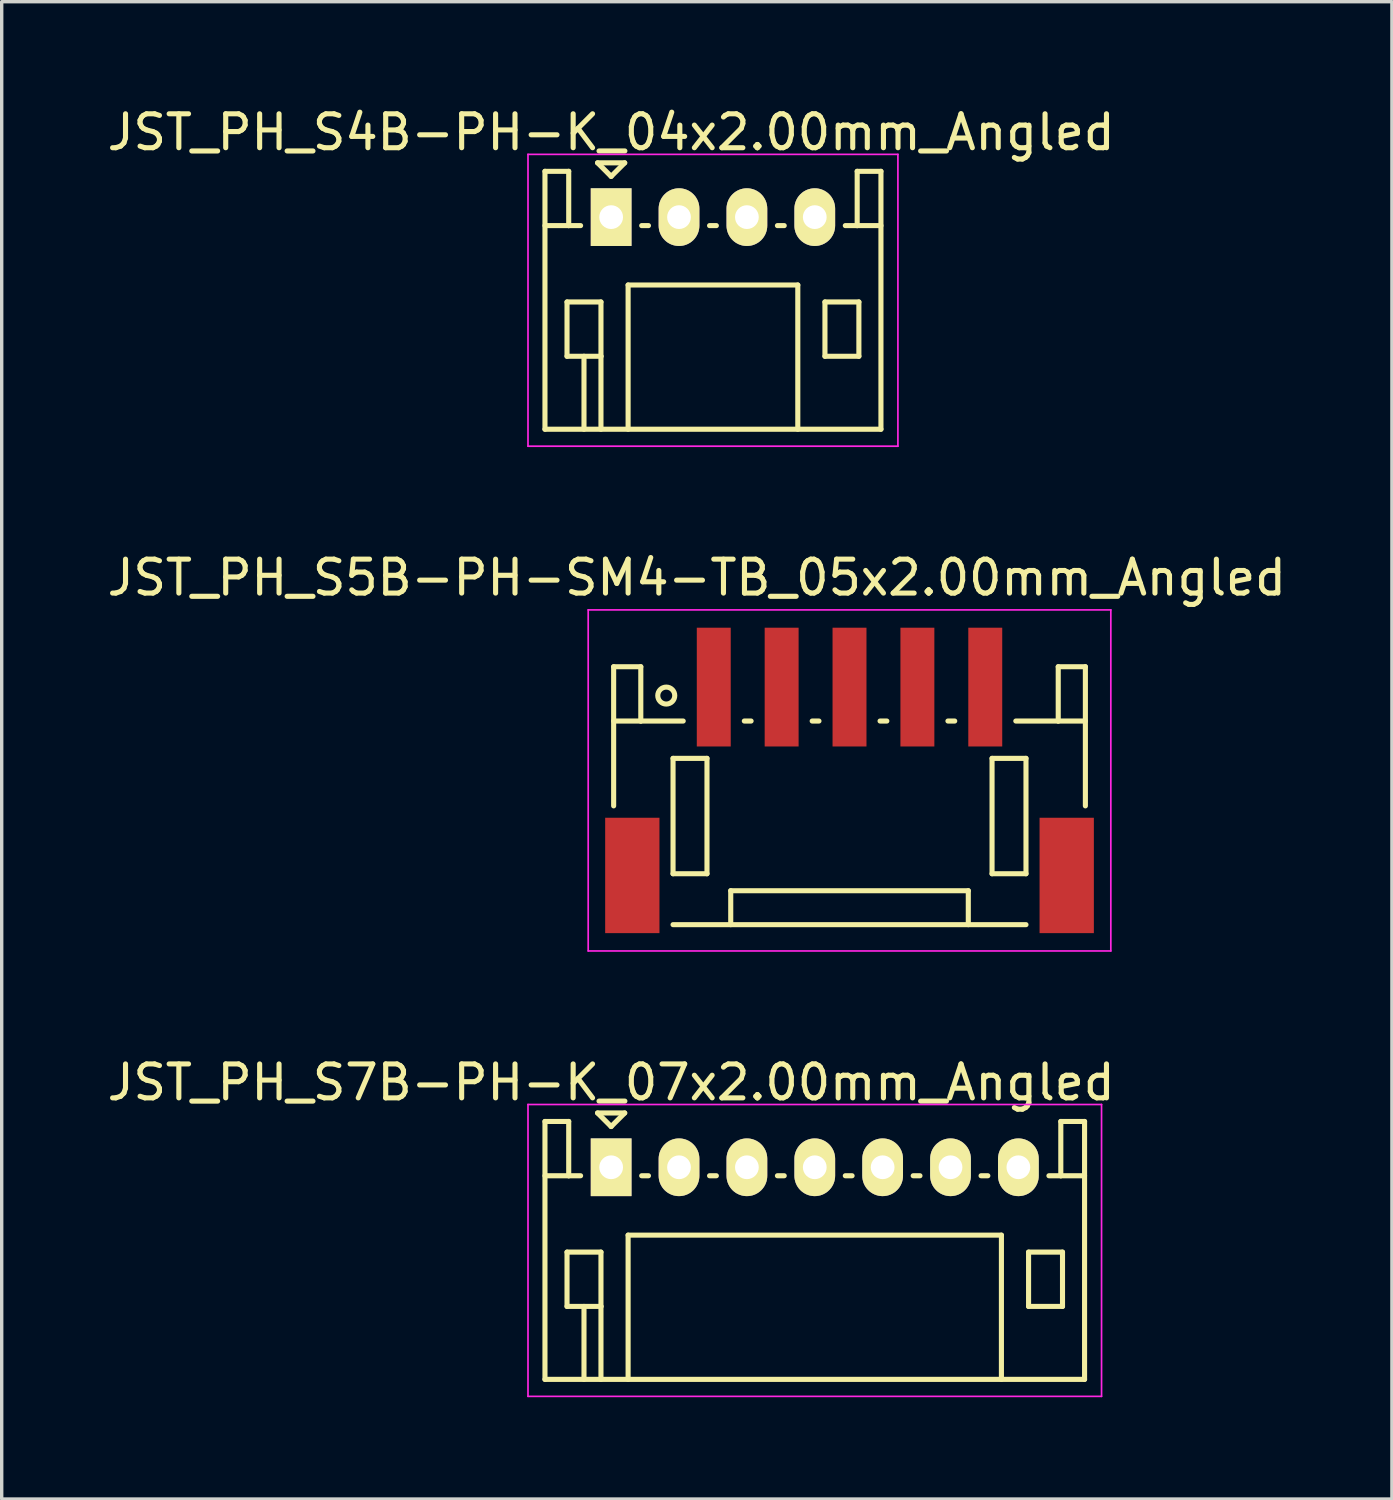
<source format=kicad_pcb>
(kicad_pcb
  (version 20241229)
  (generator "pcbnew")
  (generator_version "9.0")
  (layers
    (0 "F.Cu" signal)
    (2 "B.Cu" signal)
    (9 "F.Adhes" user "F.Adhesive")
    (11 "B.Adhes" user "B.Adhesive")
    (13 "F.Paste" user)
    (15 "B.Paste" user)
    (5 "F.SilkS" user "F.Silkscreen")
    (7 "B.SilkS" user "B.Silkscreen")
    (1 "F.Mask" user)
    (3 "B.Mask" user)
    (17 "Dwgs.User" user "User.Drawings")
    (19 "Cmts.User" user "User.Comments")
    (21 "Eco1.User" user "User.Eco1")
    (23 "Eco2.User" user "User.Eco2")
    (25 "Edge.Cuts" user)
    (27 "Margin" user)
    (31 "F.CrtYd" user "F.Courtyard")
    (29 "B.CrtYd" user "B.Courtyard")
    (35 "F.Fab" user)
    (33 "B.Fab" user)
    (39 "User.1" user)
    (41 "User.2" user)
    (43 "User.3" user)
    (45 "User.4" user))
  (footprint "JST_PH_S4B-PH-K_04x2.00mm_Angled"
    (layer "F.Cu")
    (at 14.958 3.348)
    (property "Reference" "JST_PH_S4B-PH-K_04x2.00mm_Angled" (at 0 -2.5 0) (layer "F.SilkS") (effects (font (size 1 1) (thickness 0.15))))
    (attr through_hole)
    (fp_line (start -1.95 -1.35) (end -1.95 6.25) (stroke (width 0.15) (type solid)) (layer "F.SilkS"))
    (fp_line (start -1.95 0.25) (end -1.25 0.25) (stroke (width 0.15) (type solid)) (layer "F.SilkS"))
    (fp_line (start -1.95 6.25) (end 7.95 6.25) (stroke (width 0.15) (type solid)) (layer "F.SilkS"))
    (fp_line (start -1.3 2.5) (end -1.3 4.1) (stroke (width 0.15) (type solid)) (layer "F.SilkS"))
    (fp_line (start -1.3 4.1) (end -0.3 4.1) (stroke (width 0.15) (type solid)) (layer "F.SilkS"))
    (fp_line (start -1.25 -1.35) (end -1.95 -1.35) (stroke (width 0.15) (type solid)) (layer "F.SilkS"))
    (fp_line (start -1.25 0.25) (end -1.25 -1.35) (stroke (width 0.15) (type solid)) (layer "F.SilkS"))
    (fp_line (start -0.9 0.25) (end -1.25 0.25) (stroke (width 0.15) (type solid)) (layer "F.SilkS"))
    (fp_line (start -0.8 4.1) (end -0.8 6.25) (stroke (width 0.15) (type solid)) (layer "F.SilkS"))
    (fp_line (start -0.4 -1.6) (end 0.4 -1.6) (stroke (width 0.15) (type solid)) (layer "F.SilkS"))
    (fp_line (start -0.3 2.5) (end -1.3 2.5) (stroke (width 0.15) (type solid)) (layer "F.SilkS"))
    (fp_line (start -0.3 4.1) (end -0.3 2.5) (stroke (width 0.15) (type solid)) (layer "F.SilkS"))
    (fp_line (start -0.3 4.1) (end -0.3 6.25) (stroke (width 0.15) (type solid)) (layer "F.SilkS"))
    (fp_line (start 0 -1.2) (end -0.4 -1.6) (stroke (width 0.15) (type solid)) (layer "F.SilkS"))
    (fp_line (start 0.4 -1.6) (end 0 -1.2) (stroke (width 0.15) (type solid)) (layer "F.SilkS"))
    (fp_line (start 0.5 2) (end 5.5 2) (stroke (width 0.15) (type solid)) (layer "F.SilkS"))
    (fp_line (start 0.5 6.25) (end 0.5 2) (stroke (width 0.15) (type solid)) (layer "F.SilkS"))
    (fp_line (start 0.9 0.25) (end 1.1 0.25) (stroke (width 0.15) (type solid)) (layer "F.SilkS"))
    (fp_line (start 2.9 0.25) (end 3.1 0.25) (stroke (width 0.15) (type solid)) (layer "F.SilkS"))
    (fp_line (start 4.9 0.25) (end 5.1 0.25) (stroke (width 0.15) (type solid)) (layer "F.SilkS"))
    (fp_line (start 5.5 2) (end 5.5 6.25) (stroke (width 0.15) (type solid)) (layer "F.SilkS"))
    (fp_line (start 6.3 2.5) (end 7.3 2.5) (stroke (width 0.15) (type solid)) (layer "F.SilkS"))
    (fp_line (start 6.3 4.1) (end 6.3 2.5) (stroke (width 0.15) (type solid)) (layer "F.SilkS"))
    (fp_line (start 7.25 -1.35) (end 7.25 0.25) (stroke (width 0.15) (type solid)) (layer "F.SilkS"))
    (fp_line (start 7.25 0.25) (end 6.9 0.25) (stroke (width 0.15) (type solid)) (layer "F.SilkS"))
    (fp_line (start 7.3 2.5) (end 7.3 4.1) (stroke (width 0.15) (type solid)) (layer "F.SilkS"))
    (fp_line (start 7.3 4.1) (end 6.3 4.1) (stroke (width 0.15) (type solid)) (layer "F.SilkS"))
    (fp_line (start 7.95 -1.35) (end 7.25 -1.35) (stroke (width 0.15) (type solid)) (layer "F.SilkS"))
    (fp_line (start 7.95 0.25) (end 7.25 0.25) (stroke (width 0.15) (type solid)) (layer "F.SilkS"))
    (fp_line (start 7.95 6.25) (end 7.95 -1.35) (stroke (width 0.15) (type solid)) (layer "F.SilkS"))
    (fp_line (start -2.45 -1.85) (end 8.45 -1.85) (stroke (width 0.05) (type solid)) (layer "F.CrtYd"))
    (fp_line (start -2.45 6.75) (end -2.45 -1.85) (stroke (width 0.05) (type solid)) (layer "F.CrtYd"))
    (fp_line (start 8.45 -1.85) (end 8.45 6.75) (stroke (width 0.05) (type solid)) (layer "F.CrtYd"))
    (fp_line (start 8.45 6.75) (end -2.45 6.75) (stroke (width 0.05) (type solid)) (layer "F.CrtYd"))
    (pad "1" thru_hole rect (at 0 0) (size 1.2 1.7) (drill 0.7) (layers "*.Cu" "*.Mask" "F.SilkS"))
    (pad "2" thru_hole oval (at 2 0) (size 1.2 1.7) (drill 0.7) (layers "*.Cu" "*.Mask" "F.SilkS"))
    (pad "3" thru_hole oval (at 4 0) (size 1.2 1.7) (drill 0.7) (layers "*.Cu" "*.Mask" "F.SilkS"))
    (pad "4" thru_hole oval (at 6 0) (size 1.2 1.7) (drill 0.7) (layers "*.Cu" "*.Mask" "F.SilkS")))
  (footprint "JST_PH_S5B-PH-SM4-TB_05x2.00mm_Angled"
    (layer "F.Cu")
    (at 21.982 19.971)
    (property "Reference" "JST_PH_S5B-PH-SM4-TB_05x2.00mm_Angled" (at -4.5 -6 0) (layer "F.SilkS") (effects (font (size 1 1) (thickness 0.15))))
    (attr smd)
    (fp_line (start -6.95 -3.375) (end -6.95 0.725) (stroke (width 0.15) (type solid)) (layer "F.SilkS"))
    (fp_line (start -6.15 -3.375) (end -6.95 -3.375) (stroke (width 0.15) (type solid)) (layer "F.SilkS"))
    (fp_line (start -6.15 -1.775) (end -6.95 -1.775) (stroke (width 0.15) (type solid)) (layer "F.SilkS"))
    (fp_line (start -6.15 -1.775) (end -6.15 -3.375) (stroke (width 0.15) (type solid)) (layer "F.SilkS"))
    (fp_line (start -5.2 -0.675) (end -5.2 2.725) (stroke (width 0.15) (type solid)) (layer "F.SilkS"))
    (fp_line (start -5.2 2.725) (end -4.2 2.725) (stroke (width 0.15) (type solid)) (layer "F.SilkS"))
    (fp_line (start -5.2 4.225) (end 5.2 4.225) (stroke (width 0.15) (type solid)) (layer "F.SilkS"))
    (fp_line (start -4.9 -1.775) (end -6.15 -1.775) (stroke (width 0.15) (type solid)) (layer "F.SilkS"))
    (fp_line (start -4.2 -0.675) (end -5.2 -0.675) (stroke (width 0.15) (type solid)) (layer "F.SilkS"))
    (fp_line (start -4.2 2.725) (end -4.2 -0.675) (stroke (width 0.15) (type solid)) (layer "F.SilkS"))
    (fp_line (start -3.5 3.225) (end 3.5 3.225) (stroke (width 0.15) (type solid)) (layer "F.SilkS"))
    (fp_line (start -3.5 4.225) (end -3.5 3.225) (stroke (width 0.15) (type solid)) (layer "F.SilkS"))
    (fp_line (start -3.1 -1.775) (end -2.9 -1.775) (stroke (width 0.15) (type solid)) (layer "F.SilkS"))
    (fp_line (start -1.1 -1.775) (end -0.9 -1.775) (stroke (width 0.15) (type solid)) (layer "F.SilkS"))
    (fp_line (start 0.9 -1.775) (end 1.1 -1.775) (stroke (width 0.15) (type solid)) (layer "F.SilkS"))
    (fp_line (start 2.9 -1.775) (end 3.1 -1.775) (stroke (width 0.15) (type solid)) (layer "F.SilkS"))
    (fp_line (start 3.5 3.225) (end 3.5 4.225) (stroke (width 0.15) (type solid)) (layer "F.SilkS"))
    (fp_line (start 4.2 -0.675) (end 5.2 -0.675) (stroke (width 0.15) (type solid)) (layer "F.SilkS"))
    (fp_line (start 4.2 2.725) (end 4.2 -0.675) (stroke (width 0.15) (type solid)) (layer "F.SilkS"))
    (fp_line (start 4.9 -1.775) (end 6.15 -1.775) (stroke (width 0.15) (type solid)) (layer "F.SilkS"))
    (fp_line (start 5.2 -0.675) (end 5.2 2.725) (stroke (width 0.15) (type solid)) (layer "F.SilkS"))
    (fp_line (start 5.2 2.725) (end 4.2 2.725) (stroke (width 0.15) (type solid)) (layer "F.SilkS"))
    (fp_line (start 6.15 -3.375) (end 6.95 -3.375) (stroke (width 0.15) (type solid)) (layer "F.SilkS"))
    (fp_line (start 6.15 -1.775) (end 6.15 -3.375) (stroke (width 0.15) (type solid)) (layer "F.SilkS"))
    (fp_line (start 6.15 -1.775) (end 6.95 -1.775) (stroke (width 0.15) (type solid)) (layer "F.SilkS"))
    (fp_line (start 6.95 -3.375) (end 6.95 0.725) (stroke (width 0.15) (type solid)) (layer "F.SilkS"))
    (fp_circle (center -5.4 -2.525) (end -5.15 -2.525) (stroke (width 0.15) (type solid)) (fill no) (layer "F.SilkS"))
    (fp_line (start -7.7 -5.05) (end 7.7 -5.05) (stroke (width 0.05) (type solid)) (layer "F.CrtYd"))
    (fp_line (start -7.7 5) (end -7.7 -5.05) (stroke (width 0.05) (type solid)) (layer "F.CrtYd"))
    (fp_line (start 7.7 -5.05) (end 7.7 5) (stroke (width 0.05) (type solid)) (layer "F.CrtYd"))
    (fp_line (start 7.7 5) (end -7.7 5) (stroke (width 0.05) (type solid)) (layer "F.CrtYd"))
    (pad "" smd rect (at -6.4 2.775) (size 1.6 3.4) (layers "F.Cu" "F.Mask" "F.Paste"))
    (pad "" smd rect (at 6.4 2.775) (size 1.6 3.4) (layers "F.Cu" "F.Mask" "F.Paste"))
    (pad "1" smd rect (at -4 -2.775) (size 1 3.5) (layers "F.Cu" "F.Mask" "F.Paste"))
    (pad "2" smd rect (at -2 -2.775) (size 1 3.5) (layers "F.Cu" "F.Mask" "F.Paste"))
    (pad "3" smd rect (at 0 -2.775) (size 1 3.5) (layers "F.Cu" "F.Mask" "F.Paste"))
    (pad "4" smd rect (at 2 -2.775) (size 1 3.5) (layers "F.Cu" "F.Mask" "F.Paste"))
    (pad "5" smd rect (at 4 -2.775) (size 1 3.5) (layers "F.Cu" "F.Mask" "F.Paste")))
  (footprint "JST_PH_S7B-PH-K_07x2.00mm_Angled"
    (layer "F.Cu")
    (at 14.958 31.345)
    (property "Reference" "JST_PH_S7B-PH-K_07x2.00mm_Angled" (at 0 -2.5 0) (layer "F.SilkS") (effects (font (size 1 1) (thickness 0.15))))
    (attr through_hole)
    (fp_line (start -1.95 -1.35) (end -1.95 6.25) (stroke (width 0.15) (type solid)) (layer "F.SilkS"))
    (fp_line (start -1.95 0.25) (end -1.25 0.25) (stroke (width 0.15) (type solid)) (layer "F.SilkS"))
    (fp_line (start -1.95 6.25) (end 13.95 6.25) (stroke (width 0.15) (type solid)) (layer "F.SilkS"))
    (fp_line (start -1.3 2.5) (end -1.3 4.1) (stroke (width 0.15) (type solid)) (layer "F.SilkS"))
    (fp_line (start -1.3 4.1) (end -0.3 4.1) (stroke (width 0.15) (type solid)) (layer "F.SilkS"))
    (fp_line (start -1.25 -1.35) (end -1.95 -1.35) (stroke (width 0.15) (type solid)) (layer "F.SilkS"))
    (fp_line (start -1.25 0.25) (end -1.25 -1.35) (stroke (width 0.15) (type solid)) (layer "F.SilkS"))
    (fp_line (start -0.9 0.25) (end -1.25 0.25) (stroke (width 0.15) (type solid)) (layer "F.SilkS"))
    (fp_line (start -0.8 4.1) (end -0.8 6.25) (stroke (width 0.15) (type solid)) (layer "F.SilkS"))
    (fp_line (start -0.4 -1.6) (end 0.4 -1.6) (stroke (width 0.15) (type solid)) (layer "F.SilkS"))
    (fp_line (start -0.3 2.5) (end -1.3 2.5) (stroke (width 0.15) (type solid)) (layer "F.SilkS"))
    (fp_line (start -0.3 4.1) (end -0.3 2.5) (stroke (width 0.15) (type solid)) (layer "F.SilkS"))
    (fp_line (start -0.3 4.1) (end -0.3 6.25) (stroke (width 0.15) (type solid)) (layer "F.SilkS"))
    (fp_line (start 0 -1.2) (end -0.4 -1.6) (stroke (width 0.15) (type solid)) (layer "F.SilkS"))
    (fp_line (start 0.4 -1.6) (end 0 -1.2) (stroke (width 0.15) (type solid)) (layer "F.SilkS"))
    (fp_line (start 0.5 2) (end 11.5 2) (stroke (width 0.15) (type solid)) (layer "F.SilkS"))
    (fp_line (start 0.5 6.25) (end 0.5 2) (stroke (width 0.15) (type solid)) (layer "F.SilkS"))
    (fp_line (start 0.9 0.25) (end 1.1 0.25) (stroke (width 0.15) (type solid)) (layer "F.SilkS"))
    (fp_line (start 2.9 0.25) (end 3.1 0.25) (stroke (width 0.15) (type solid)) (layer "F.SilkS"))
    (fp_line (start 4.9 0.25) (end 5.1 0.25) (stroke (width 0.15) (type solid)) (layer "F.SilkS"))
    (fp_line (start 6.9 0.25) (end 7.1 0.25) (stroke (width 0.15) (type solid)) (layer "F.SilkS"))
    (fp_line (start 8.9 0.25) (end 9.1 0.25) (stroke (width 0.15) (type solid)) (layer "F.SilkS"))
    (fp_line (start 10.9 0.25) (end 11.1 0.25) (stroke (width 0.15) (type solid)) (layer "F.SilkS"))
    (fp_line (start 11.5 2) (end 11.5 6.25) (stroke (width 0.15) (type solid)) (layer "F.SilkS"))
    (fp_line (start 12.3 2.5) (end 13.3 2.5) (stroke (width 0.15) (type solid)) (layer "F.SilkS"))
    (fp_line (start 12.3 4.1) (end 12.3 2.5) (stroke (width 0.15) (type solid)) (layer "F.SilkS"))
    (fp_line (start 13.25 -1.35) (end 13.25 0.25) (stroke (width 0.15) (type solid)) (layer "F.SilkS"))
    (fp_line (start 13.25 0.25) (end 12.9 0.25) (stroke (width 0.15) (type solid)) (layer "F.SilkS"))
    (fp_line (start 13.3 2.5) (end 13.3 4.1) (stroke (width 0.15) (type solid)) (layer "F.SilkS"))
    (fp_line (start 13.3 4.1) (end 12.3 4.1) (stroke (width 0.15) (type solid)) (layer "F.SilkS"))
    (fp_line (start 13.95 -1.35) (end 13.25 -1.35) (stroke (width 0.15) (type solid)) (layer "F.SilkS"))
    (fp_line (start 13.95 0.25) (end 13.25 0.25) (stroke (width 0.15) (type solid)) (layer "F.SilkS"))
    (fp_line (start 13.95 6.25) (end 13.95 -1.35) (stroke (width 0.15) (type solid)) (layer "F.SilkS"))
    (fp_line (start -2.45 -1.85) (end 14.45 -1.85) (stroke (width 0.05) (type solid)) (layer "F.CrtYd"))
    (fp_line (start -2.45 6.75) (end -2.45 -1.85) (stroke (width 0.05) (type solid)) (layer "F.CrtYd"))
    (fp_line (start 14.45 -1.85) (end 14.45 6.75) (stroke (width 0.05) (type solid)) (layer "F.CrtYd"))
    (fp_line (start 14.45 6.75) (end -2.45 6.75) (stroke (width 0.05) (type solid)) (layer "F.CrtYd"))
    (pad "1" thru_hole rect (at 0 0) (size 1.2 1.7) (drill 0.7) (layers "*.Cu" "*.Mask" "F.SilkS"))
    (pad "2" thru_hole oval (at 2 0) (size 1.2 1.7) (drill 0.7) (layers "*.Cu" "*.Mask" "F.SilkS"))
    (pad "3" thru_hole oval (at 4 0) (size 1.2 1.7) (drill 0.7) (layers "*.Cu" "*.Mask" "F.SilkS"))
    (pad "4" thru_hole oval (at 6 0) (size 1.2 1.7) (drill 0.7) (layers "*.Cu" "*.Mask" "F.SilkS"))
    (pad "5" thru_hole oval (at 8 0) (size 1.2 1.7) (drill 0.7) (layers "*.Cu" "*.Mask" "F.SilkS"))
    (pad "6" thru_hole oval (at 10 0) (size 1.2 1.7) (drill 0.7) (layers "*.Cu" "*.Mask" "F.SilkS"))
    (pad "7" thru_hole oval (at 12 0) (size 1.2 1.7) (drill 0.7) (layers "*.Cu" "*.Mask" "F.SilkS")))
  (gr_rect
    (start -3 -3)
    (end 37.964 41.12)
    (stroke (width 0.1) (type default))
    (fill no)
    (layer "Edge.Cuts")))
</source>
